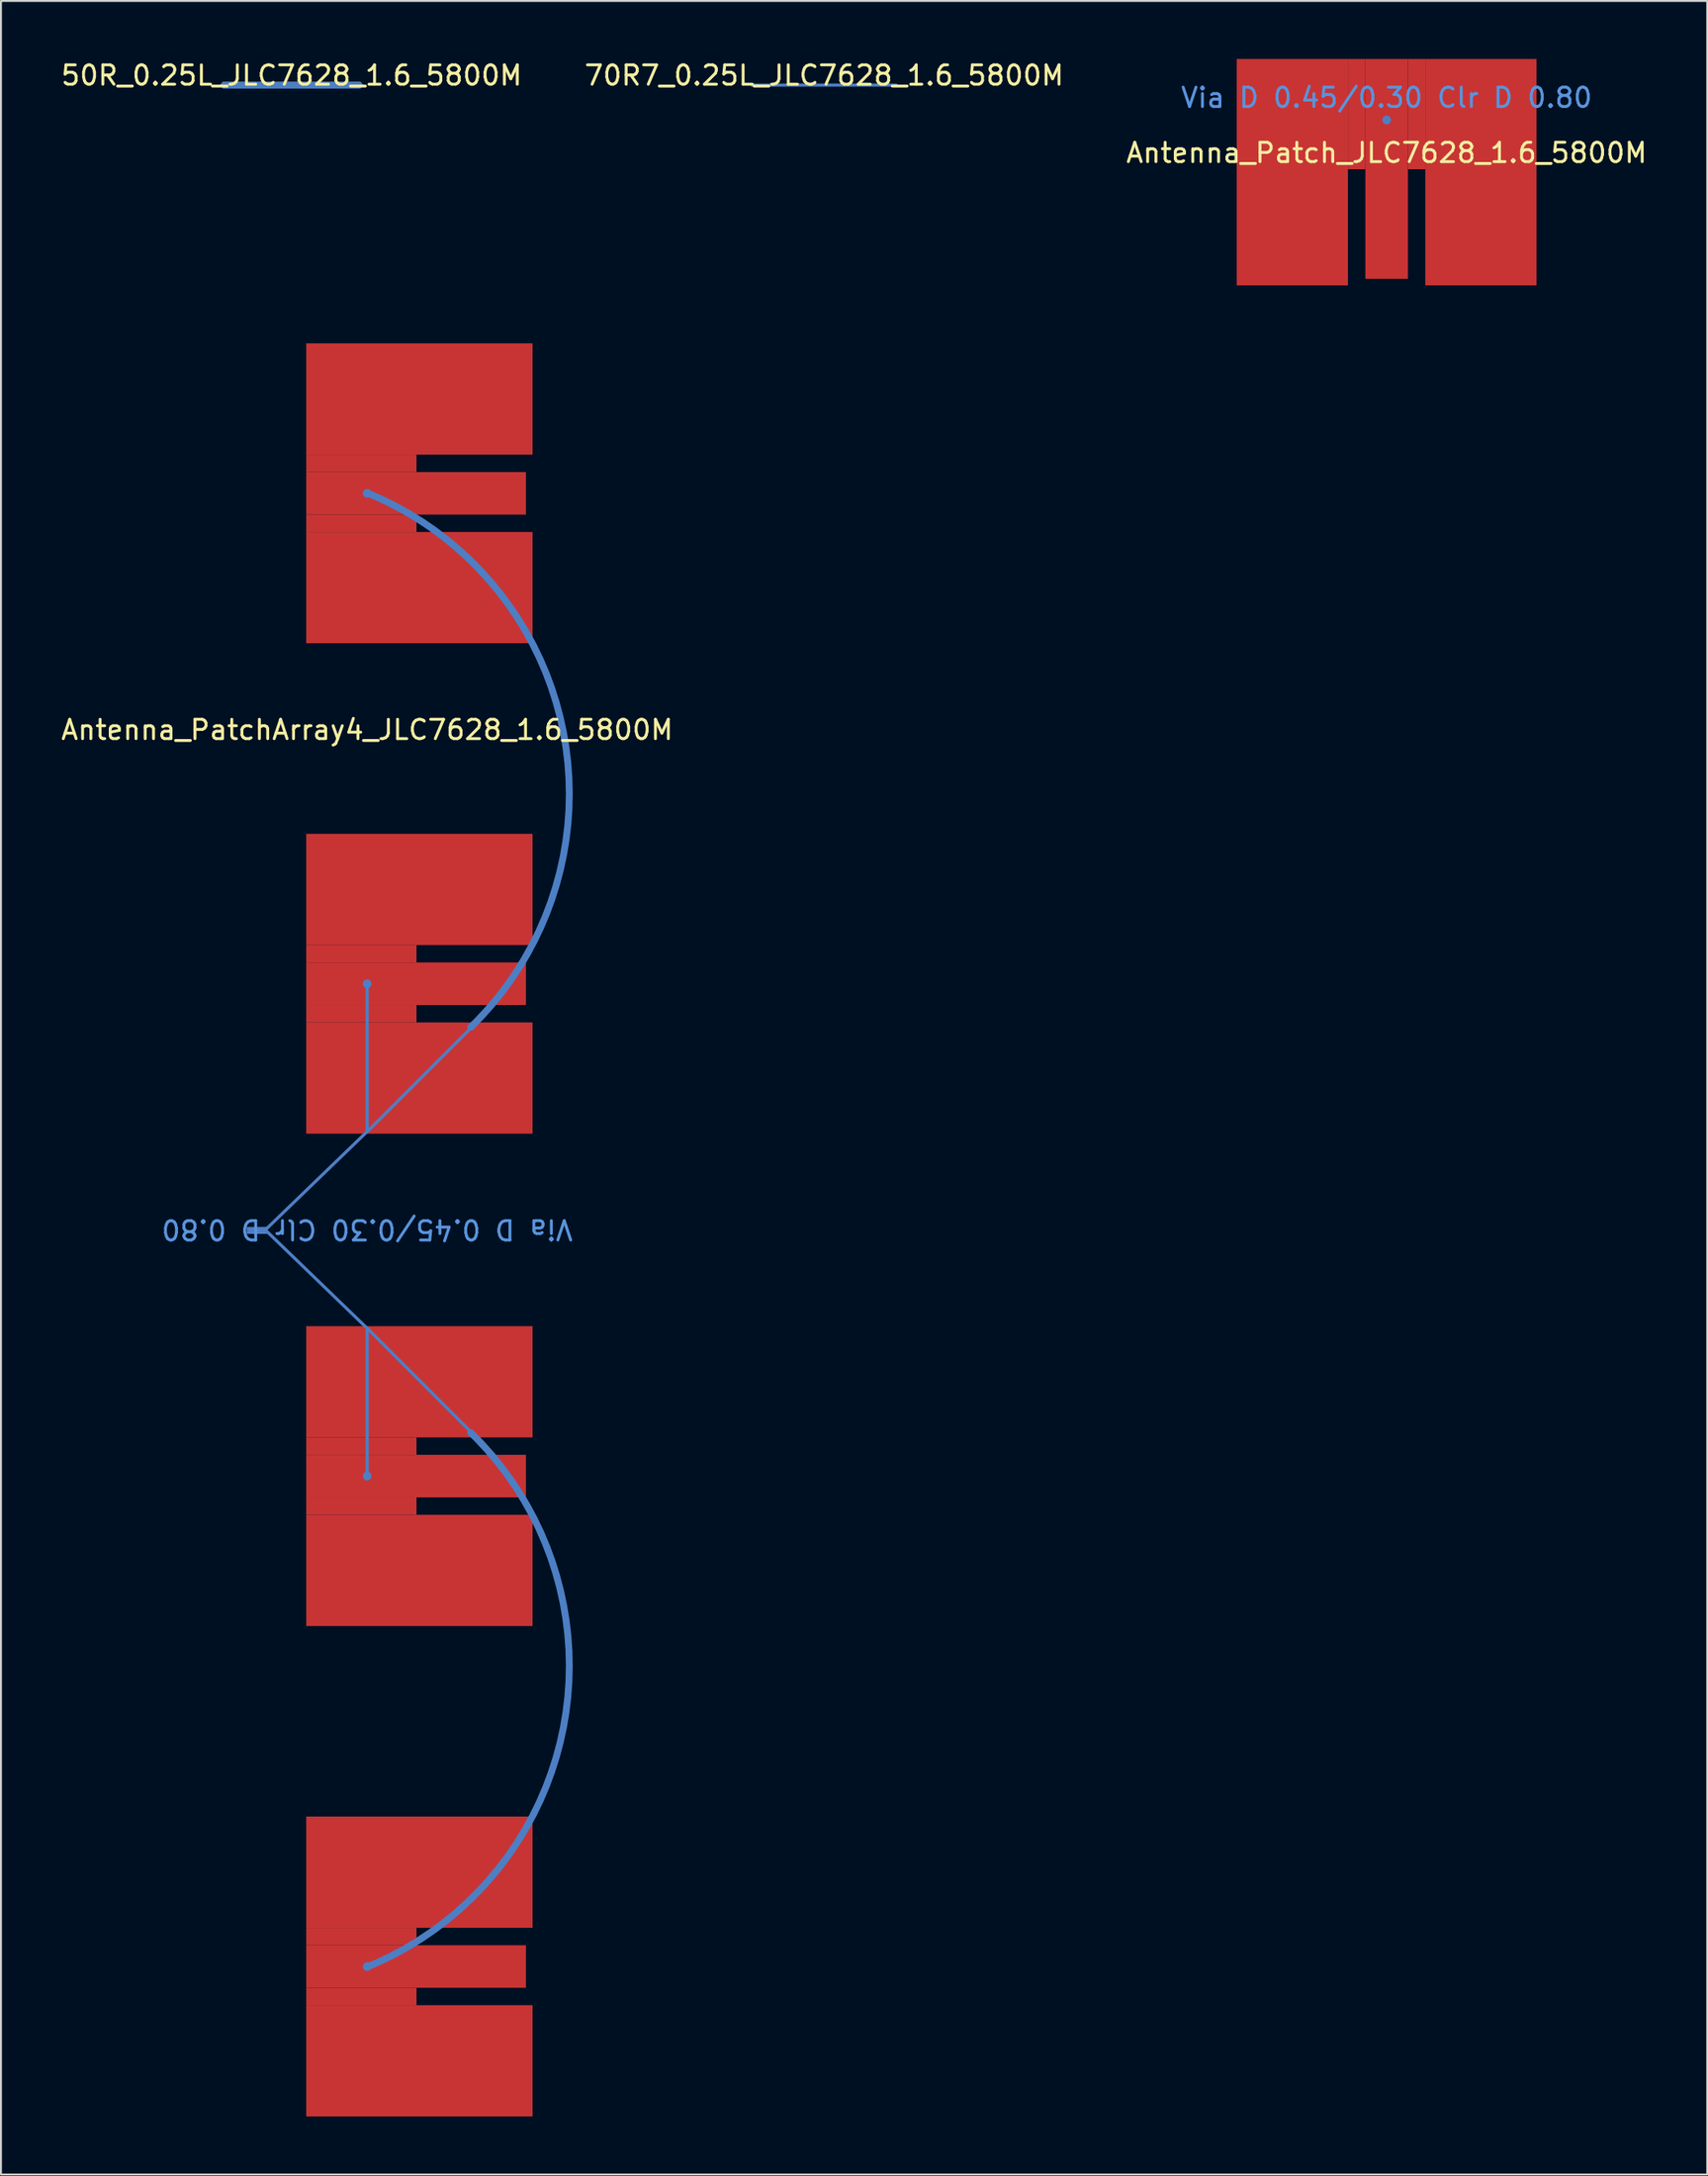
<source format=kicad_pcb>
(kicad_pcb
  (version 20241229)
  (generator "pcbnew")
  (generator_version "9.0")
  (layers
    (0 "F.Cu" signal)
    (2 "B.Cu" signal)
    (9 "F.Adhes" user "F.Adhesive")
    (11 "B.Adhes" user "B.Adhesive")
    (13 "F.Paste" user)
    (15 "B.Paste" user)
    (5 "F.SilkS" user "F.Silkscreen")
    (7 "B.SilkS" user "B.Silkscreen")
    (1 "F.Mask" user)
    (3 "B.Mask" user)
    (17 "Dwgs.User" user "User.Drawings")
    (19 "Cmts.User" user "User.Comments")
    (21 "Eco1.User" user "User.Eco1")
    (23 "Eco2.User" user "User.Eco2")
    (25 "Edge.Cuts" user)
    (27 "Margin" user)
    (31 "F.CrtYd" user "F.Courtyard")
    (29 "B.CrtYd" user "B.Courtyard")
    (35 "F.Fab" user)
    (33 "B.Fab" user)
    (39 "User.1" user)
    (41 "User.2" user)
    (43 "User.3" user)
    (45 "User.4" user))
  (footprint "Antenna_PatchArray4_JLC7628_1.6_5800M"
    (layer "F.Cu")
    (at 15.935 60.55)
    (property "Reference" "Antenna_PatchArray4_JLC7628_1.6_5800M" (at 0 -25.875 0) (unlocked yes) (layer "F.SilkS") (effects (font (size 1 1) (thickness 0.15))))
    (attr smd)
    (fp_text user "Via D 0.45/0.30 Clr D 0.80" (at 0 -0.05 180) (unlocked yes) (layer "Cmts.User") (effects (font (size 1 1) (thickness 0.15))))
    (pad "1" smd rect (at -5.7 0 270) (size 0.36 1.05) (layers "B.Cu" "B.Mask"))
    (pad "1" smd rect (at -2.6 -2.6 314) (size 0.16 7.5) (layers "B.Cu" "B.Mask"))
    (pad "1" smd rect (at -2.6 2.55 226) (size 0.16 7.5) (layers "B.Cu" "B.Mask"))
    (pad "1" smd rect (at -0.3 -39.65 90) (size 0.9 5.7) (layers "F.Cu" "F.Mask"))
    (pad "1" smd rect (at -0.3 -36.55 90) (size 0.9 5.7) (layers "F.Cu" "F.Mask"))
    (pad "1" smd rect (at -0.3 -14.3 90) (size 0.9 5.7) (layers "F.Cu" "F.Mask"))
    (pad "1" smd rect (at -0.3 -11.2 90) (size 0.9 5.7) (layers "F.Cu" "F.Mask"))
    (pad "1" smd rect (at -0.3 11.15 90) (size 0.9 5.7) (layers "F.Cu" "F.Mask"))
    (pad "1" smd rect (at -0.3 14.25 90) (size 0.9 5.7) (layers "F.Cu" "F.Mask"))
    (pad "1" smd rect (at -0.3 36.5 90) (size 0.9 5.7) (layers "F.Cu" "F.Mask"))
    (pad "1" smd rect (at -0.3 39.6 90) (size 0.9 5.7) (layers "F.Cu" "F.Mask"))
    (pad "1" smd circle (at 0 -38.1 90) (size 0.45 0.45) (layers "B.Cu" "B.Mask"))
    (pad "1" smd circle (at 0 -12.75 90) (size 0.45 0.45) (layers "B.Cu" "B.Mask"))
    (pad "1" smd rect (at 0 -8.9) (size 0.16 7.5) (layers "B.Cu" "B.Mask"))
    (pad "1" smd rect (at 0 8.85 180) (size 0.16 7.5) (layers "B.Cu" "B.Mask"))
    (pad "1" smd circle (at 0 12.7 90) (size 0.45 0.45) (layers "B.Cu" "B.Mask"))
    (pad "1" smd circle (at 0 38.05 90) (size 0.45 0.45) (layers "B.Cu" "B.Mask"))
    (pad "1" smd rect (at 2.53 -38.1 90) (size 2.2 11.36) (layers "F.Cu" "F.Mask"))
    (pad "1" smd rect (at 2.53 -12.75 90) (size 2.2 11.36) (layers "F.Cu" "F.Mask"))
    (pad "1" smd rect (at 2.53 12.7 90) (size 2.2 11.36) (layers "F.Cu" "F.Mask"))
    (pad "1" smd rect (at 2.53 38.05 90) (size 2.2 11.36) (layers "F.Cu" "F.Mask"))
    (pad "1" smd rect (at 2.7 -42.975 90) (size 5.75 11.7) (layers "F.Cu" "F.Mask"))
    (pad "1" smd custom (at 2.7 -33.225 90) (size 5.75 11.7) (layers "F.Cu" "F.Mask") (options (anchor rect)) (primitives))
    (pad "1" smd rect (at 2.7 -17.625 90) (size 5.75 11.7) (layers "F.Cu" "F.Mask"))
    (pad "1" smd rect (at 2.7 -7.875 90) (size 5.75 11.7) (layers "F.Cu" "F.Mask"))
    (pad "1" smd rect (at 2.7 -7.8 315) (size 0.16 7.5) (layers "B.Cu" "B.Mask"))
    (pad "1" smd rect (at 2.7 7.75 225) (size 0.16 7.5) (layers "B.Cu" "B.Mask"))
    (pad "1" smd rect (at 2.7 7.825 90) (size 5.75 11.7) (layers "F.Cu" "F.Mask"))
    (pad "1" smd rect (at 2.7 17.575 90) (size 5.75 11.7) (layers "F.Cu" "F.Mask"))
    (pad "1" smd custom (at 2.7 33.175 90) (size 5.75 11.7) (layers "F.Cu" "F.Mask") (options (anchor rect)) (primitives))
    (pad "1" smd rect (at 2.7 42.925 90) (size 5.75 11.7) (layers "F.Cu" "F.Mask"))
    (pad "1" smd custom (at 5.352 -10.5) (size 0.36 0.36) (layers "B.Cu" "B.Mask") (options (anchor circle)) (primitives (gr_arc (start -5.3 -27.6) (mid 4.793303 -15.244269) (end 0.021029 -0.020464) (width 0.36))))
    (pad "1" smd custom (at 5.352 10.45 180) (size 0.36 0.36) (layers "B.Cu" "B.Mask") (options (anchor circle)) (primitives (gr_arc (start -0.021029 -0.020464) (mid -4.793303 -15.244269) (end 5.3 -27.6) (width 0.36)))))
  (footprint "70R7_0.25L_JLC7628_1.6_5800M"
    (layer "F.Cu")
    (at 39.565 1.348)
    (property "Reference" "70R7_0.25L_JLC7628_1.6_5800M" (at 0 -0.5 0) (unlocked yes) (layer "F.SilkS") (effects (font (size 1 1) (thickness 0.15))))
    (attr smd)
    (pad "1" smd rect (at -3.75 0 45) (size 0.113 0.113) (layers "B.Cu" "B.Mask"))
    (pad "1" smd rect (at 0 0 90) (size 0.16 7.5) (layers "B.Cu" "B.Mask"))
    (pad "1" smd rect (at 3.75 0 45) (size 0.113 0.113) (layers "B.Cu" "B.Mask")))
  (footprint "Antenna_Patch_JLC7628_1.6_5800M"
    (layer "F.Cu")
    (at 68.649 5.85)
    (property "Reference" "Antenna_Patch_JLC7628_1.6_5800M" (at 0 -1 0) (unlocked yes) (layer "F.SilkS") (effects (font (size 1 1) (thickness 0.15))))
    (attr smd)
    (fp_text user "Via D 0.45/0.30 Clr D 0.80" (at 0 -3.85 0) (unlocked yes) (layer "Cmts.User") (effects (font (size 1 1) (thickness 0.15))))
    (pad "1" smd rect (at -4.875 0) (size 5.75 11.7) (layers "F.Cu" "F.Mask"))
    (pad "1" smd rect (at -1.55 -3) (size 0.9 5.7) (layers "F.Cu" "F.Mask"))
    (pad "1" smd circle (at 0 -2.7) (size 0.45 0.45) (layers "B.Cu" "B.Mask"))
    (pad "1" smd rect (at 0 -0.17) (size 2.2 11.36) (layers "F.Cu" "F.Mask"))
    (pad "1" smd rect (at 1.55 -3) (size 0.9 5.7) (layers "F.Cu" "F.Mask"))
    (pad "1" smd rect (at 4.875 0) (size 5.75 11.7) (layers "F.Cu" "F.Mask")))
  (footprint "50R_0.25L_JLC7628_1.6_5800M"
    (layer "F.Cu")
    (at 12.03 1.348)
    (property "Reference" "50R_0.25L_JLC7628_1.6_5800M" (at 0 -0.5 0) (unlocked yes) (layer "F.SilkS") (effects (font (size 1 1) (thickness 0.15))))
    (attr smd)
    (pad "1" smd rect (at -3.55 0 45) (size 0.255 0.255) (layers "B.Cu" "B.Mask"))
    (pad "1" smd rect (at 0 0 90) (size 0.36 7.1) (layers "B.Cu" "B.Mask"))
    (pad "1" smd rect (at 3.55 0 45) (size 0.255 0.255) (layers "B.Cu" "B.Mask")))
  (gr_rect
    (start -3 -3)
    (end 85.226 109.35)
    (stroke (width 0.1) (type default))
    (fill no)
    (layer "Edge.Cuts")))
</source>
